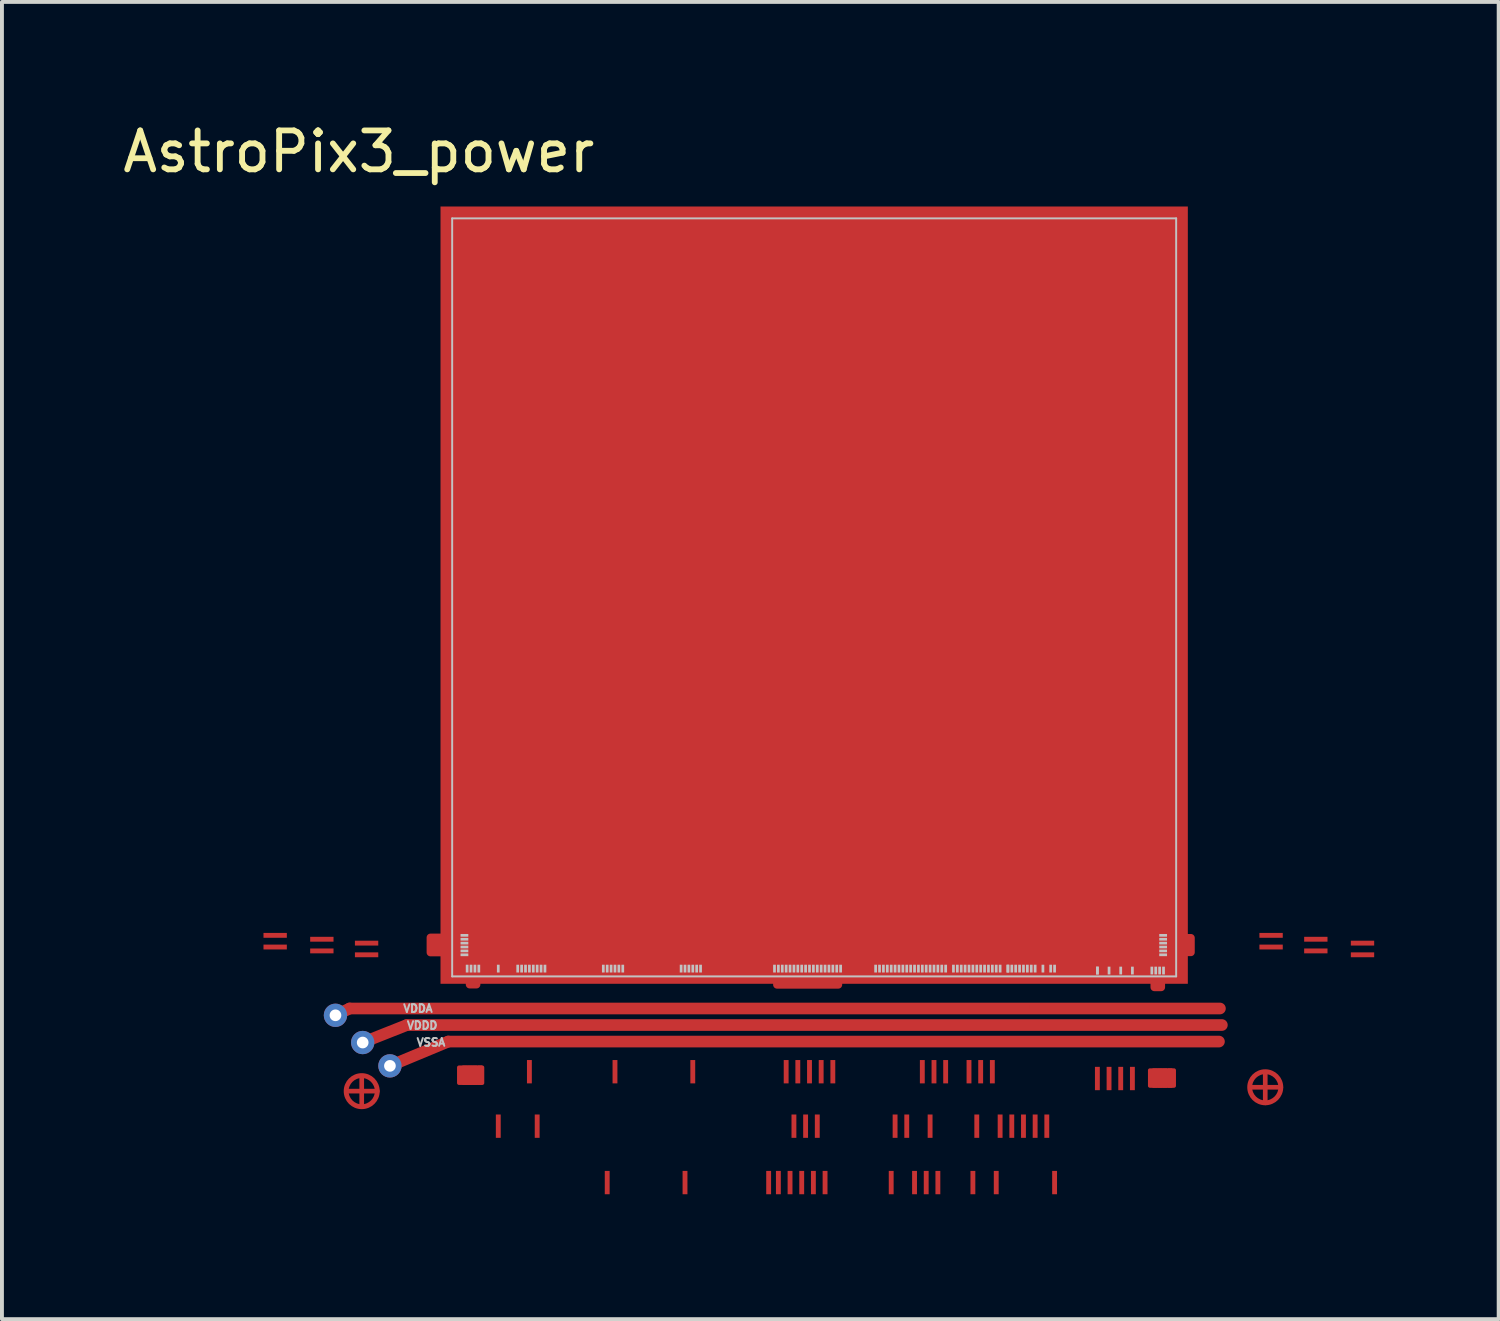
<source format=kicad_pcb>
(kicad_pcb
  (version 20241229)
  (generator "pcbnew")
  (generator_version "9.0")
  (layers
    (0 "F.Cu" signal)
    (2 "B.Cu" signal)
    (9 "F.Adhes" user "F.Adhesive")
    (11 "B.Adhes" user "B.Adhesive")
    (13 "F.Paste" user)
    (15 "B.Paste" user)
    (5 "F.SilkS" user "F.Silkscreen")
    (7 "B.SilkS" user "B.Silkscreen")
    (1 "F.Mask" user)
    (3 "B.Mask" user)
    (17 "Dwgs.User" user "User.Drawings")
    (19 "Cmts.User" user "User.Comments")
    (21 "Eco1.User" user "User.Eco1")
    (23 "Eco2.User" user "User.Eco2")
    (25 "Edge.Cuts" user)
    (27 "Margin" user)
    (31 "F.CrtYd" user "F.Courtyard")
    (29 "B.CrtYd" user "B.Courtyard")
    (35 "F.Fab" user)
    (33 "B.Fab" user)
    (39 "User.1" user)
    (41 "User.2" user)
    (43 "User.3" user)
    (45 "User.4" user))
  (footprint "AstroPix3_power"
    (layer "F.Cu")
    (at 8.573 22.048)
    (property "Reference" "AstroPix3_power" (at -2.4 -21.2 0) (layer "F.SilkS") (effects (font (size 1 1) (thickness 0.15))))
    (attr smd)
    (fp_line (start -3 1) (end -2.635 0.825) (stroke (width 0.3) (type solid)) (layer "F.Cu"))
    (fp_line (start -2.675 2.95) (end -1.925 2.95) (stroke (width 0.12) (type solid)) (layer "F.Cu"))
    (fp_line (start -2.635 0.825) (end 19.735 0.825) (stroke (width 0.3) (type solid)) (layer "F.Cu"))
    (fp_line (start -2.325 2.6) (end -2.325 3.35) (stroke (width 0.12) (type solid)) (layer "F.Cu"))
    (fp_line (start -2.3 1.7) (end -1.165 1.25) (stroke (width 0.3) (type solid)) (layer "F.Cu"))
    (fp_line (start -1.6 2.3) (end -0.1 1.675) (stroke (width 0.3) (type solid)) (layer "F.Cu"))
    (fp_line (start -1.165 1.25) (end 19.785 1.25) (stroke (width 0.3) (type solid)) (layer "F.Cu"))
    (fp_line (start -0.1 1.675) (end 19.71 1.675) (stroke (width 0.3) (type solid)) (layer "F.Cu"))
    (fp_line (start 20.55 2.85) (end 21.3 2.85) (stroke (width 0.12) (type solid)) (layer "F.Cu"))
    (fp_line (start 20.9 2.5) (end 20.9 3.25) (stroke (width 0.12) (type solid)) (layer "F.Cu"))
    (fp_rect (start -0.557 -1) (end -0.263 -0.615) (stroke (width 0.2) (type solid)) (fill yes) (layer "F.Cu"))
    (fp_rect (start 0.45 -0.115) (end 0.625 0.21) (stroke (width 0.2) (type solid)) (fill yes) (layer "F.Cu"))
    (fp_rect (start 8.35 -0.17) (end 9.925 0.215) (stroke (width 0.2) (type solid)) (fill yes) (layer "F.Cu"))
    (fp_rect (start 18.225 -0.105) (end 18.05 0.28) (stroke (width 0.2) (type solid)) (fill yes) (layer "F.Cu"))
    (fp_rect (start 18.988 -0.99) (end 18.262 -0.62) (stroke (width 0.2) (type solid)) (fill yes) (layer "F.Cu"))
    (fp_circle (center -2.325 2.95) (end -1.925 2.95) (stroke (width 0.125) (type solid)) (fill no) (layer "F.Cu"))
    (fp_circle (center 20.9 2.85) (end 21.3 2.85) (stroke (width 0.125) (type solid)) (fill no) (layer "F.Cu"))
    (fp_poly (pts (xy 0.775 2.74) (xy 0.175 2.74) (xy 0.175 2.34) (xy 0.775 2.34)) (stroke (width 0.1) (type solid)) (fill yes) (layer "F.Cu"))
    (fp_poly (pts (xy 18.555 2.813) (xy 17.935 2.813) (xy 17.935 2.413) (xy 18.555 2.413)) (stroke (width 0.1) (type solid)) (fill yes) (layer "F.Cu"))
    (fp_rect (start 0.95 3.35) (end 15.467 4.35) (stroke (width 0.12) (type solid)) (fill yes) (layer "F.Mask"))
    (fp_rect (start 3.754 4.75) (end 15.633 5.75) (stroke (width 0.12) (type solid)) (fill yes) (layer "F.Mask"))
    (fp_circle (center -2.325 2.95) (end -1.95 2.95) (stroke (width 0.2) (type solid)) (fill yes) (layer "F.Mask"))
    (fp_circle (center 20.9 2.85) (end 21.275 2.85) (stroke (width 0.2) (type solid)) (fill yes) (layer "F.Mask"))
    (fp_poly (pts (xy -1.8 -0.3) (xy -5 -0.3) (xy -5 -1.15) (xy -1.8 -1.15)) (stroke (width 0.1) (type solid)) (fill yes) (layer "F.Mask"))
    (fp_poly (pts (xy 19.85 2.9) (xy -1.15 2.9) (xy -1.15 -20.5) (xy 19.85 -20.5)) (stroke (width 0.1) (type solid)) (fill yes) (layer "F.Mask"))
    (fp_poly (pts (xy 23.85 -0.4) (xy 20.65 -0.4) (xy 20.65 -1.25) (xy 23.85 -1.25)) (stroke (width 0.1) (type solid)) (fill yes) (layer "F.Mask"))
    (fp_line (start 0 -19.485) (end 0 0) (stroke (width 0.05) (type solid)) (layer "Dwgs.User"))
    (fp_line (start 18.61 -19.485) (end 0 -19.485) (stroke (width 0.05) (type solid)) (layer "Dwgs.User"))
    (fp_line (start 18.61 -19.485) (end 18.61 0) (stroke (width 0.05) (type solid)) (layer "Dwgs.User"))
    (fp_line (start 18.61 0) (end 0 0) (stroke (width 0.05) (type solid)) (layer "Dwgs.User"))
    (fp_text user "VSSA" (at -0.545 1.695 0) (unlocked yes) (layer "Dwgs.User") (effects (font (size 0.2 0.2) (thickness 0.05))))
    (fp_text user "VDDD" (at -0.77 1.26 0) (unlocked yes) (layer "Dwgs.User") (effects (font (size 0.2 0.2) (thickness 0.05))))
    (fp_text user "VDDA" (at -0.88 0.825 0) (unlocked yes) (layer "Dwgs.User") (effects (font (size 0.2 0.2) (thickness 0.05))))
    (pad "" smd rect (at 0.315 -1.055 90) (size 0.07 0.2) (layers "Dwgs.User"))
    (pad "" smd rect (at 0.315 -0.955 90) (size 0.07 0.2) (layers "Dwgs.User"))
    (pad "" smd rect (at 0.315 -0.855 90) (size 0.07 0.2) (layers "Dwgs.User"))
    (pad "" smd rect (at 0.315 -0.755 90) (size 0.07 0.2) (layers "Dwgs.User"))
    (pad "" smd rect (at 0.315 -0.655 90) (size 0.07 0.2) (layers "Dwgs.User"))
    (pad "" smd rect (at 0.315 -0.555 90) (size 0.07 0.2) (layers "Dwgs.User"))
    (pad "" smd rect (at 0.385 -0.2) (size 0.07 0.2) (layers "Dwgs.User"))
    (pad "" smd rect (at 0.485 -0.2) (size 0.07 0.2) (layers "Dwgs.User"))
    (pad "" smd rect (at 0.585 -0.2) (size 0.07 0.2) (layers "Dwgs.User"))
    (pad "" smd rect (at 0.685 -0.2) (size 0.07 0.2) (layers "Dwgs.User"))
    (pad "" smd rect (at 1.185 -0.2) (size 0.07 0.2) (layers "Dwgs.User"))
    (pad "" smd rect (at 1.685 -0.2) (size 0.07 0.2) (layers "Dwgs.User"))
    (pad "" smd rect (at 1.785 -0.2) (size 0.07 0.2) (layers "Dwgs.User"))
    (pad "" smd rect (at 1.885 -0.2) (size 0.07 0.2) (layers "Dwgs.User"))
    (pad "" smd rect (at 1.985 -0.2) (size 0.07 0.2) (layers "Dwgs.User"))
    (pad "" smd rect (at 2.085 -0.2) (size 0.07 0.2) (layers "Dwgs.User"))
    (pad "" smd rect (at 2.185 -0.2) (size 0.07 0.2) (layers "Dwgs.User"))
    (pad "" smd rect (at 2.285 -0.2) (size 0.07 0.2) (layers "Dwgs.User"))
    (pad "" smd rect (at 2.385 -0.2) (size 0.07 0.2) (layers "Dwgs.User"))
    (pad "" smd rect (at 3.885 -0.2) (size 0.07 0.2) (layers "Dwgs.User"))
    (pad "" smd rect (at 3.985 -0.2) (size 0.07 0.2) (layers "Dwgs.User"))
    (pad "" smd rect (at 4.085 -0.2) (size 0.07 0.2) (layers "Dwgs.User"))
    (pad "" smd rect (at 4.185 -0.2) (size 0.07 0.2) (layers "Dwgs.User"))
    (pad "" smd rect (at 4.285 -0.2) (size 0.07 0.2) (layers "Dwgs.User"))
    (pad "" smd rect (at 4.385 -0.2) (size 0.07 0.2) (layers "Dwgs.User"))
    (pad "" smd rect (at 5.885 -0.2) (size 0.07 0.2) (layers "Dwgs.User"))
    (pad "" smd rect (at 5.985 -0.2) (size 0.07 0.2) (layers "Dwgs.User"))
    (pad "" smd rect (at 6.085 -0.2) (size 0.07 0.2) (layers "Dwgs.User"))
    (pad "" smd rect (at 6.185 -0.2) (size 0.07 0.2) (layers "Dwgs.User"))
    (pad "" smd rect (at 6.285 -0.2) (size 0.07 0.2) (layers "Dwgs.User"))
    (pad "" smd rect (at 6.385 -0.2) (size 0.07 0.2) (layers "Dwgs.User"))
    (pad "" smd rect (at 8.285 -0.2) (size 0.07 0.2) (layers "Dwgs.User"))
    (pad "" smd rect (at 8.385 -0.2) (size 0.07 0.2) (layers "Dwgs.User"))
    (pad "" smd rect (at 8.485 -0.2) (size 0.07 0.2) (layers "Dwgs.User"))
    (pad "" smd rect (at 8.585 -0.2) (size 0.07 0.2) (layers "Dwgs.User"))
    (pad "" smd rect (at 8.685 -0.2) (size 0.07 0.2) (layers "Dwgs.User"))
    (pad "" smd rect (at 8.785 -0.2) (size 0.07 0.2) (layers "Dwgs.User"))
    (pad "" smd rect (at 8.885 -0.2) (size 0.07 0.2) (layers "Dwgs.User"))
    (pad "" smd rect (at 8.985 -0.2) (size 0.07 0.2) (layers "Dwgs.User"))
    (pad "" smd rect (at 9.085 -0.2) (size 0.07 0.2) (layers "Dwgs.User"))
    (pad "" smd rect (at 9.185 -0.2) (size 0.07 0.2) (layers "Dwgs.User"))
    (pad "" smd rect (at 9.285 -0.2) (size 0.07 0.2) (layers "Dwgs.User"))
    (pad "" smd rect (at 9.385 -0.2) (size 0.07 0.2) (layers "Dwgs.User"))
    (pad "" smd rect (at 9.485 -0.2) (size 0.07 0.2) (layers "Dwgs.User"))
    (pad "" smd rect (at 9.585 -0.2) (size 0.07 0.2) (layers "Dwgs.User"))
    (pad "" smd rect (at 9.685 -0.2) (size 0.07 0.2) (layers "Dwgs.User"))
    (pad "" smd rect (at 9.785 -0.2) (size 0.07 0.2) (layers "Dwgs.User"))
    (pad "" smd rect (at 9.885 -0.2) (size 0.07 0.2) (layers "Dwgs.User"))
    (pad "" smd rect (at 9.985 -0.2) (size 0.07 0.2) (layers "Dwgs.User"))
    (pad "" smd rect (at 10.885 -0.2) (size 0.07 0.2) (layers "Dwgs.User"))
    (pad "" smd rect (at 10.985 -0.2) (size 0.07 0.2) (layers "Dwgs.User"))
    (pad "" smd rect (at 11.085 -0.2) (size 0.07 0.2) (layers "Dwgs.User"))
    (pad "" smd rect (at 11.185 -0.2) (size 0.07 0.2) (layers "Dwgs.User"))
    (pad "" smd rect (at 11.285 -0.2) (size 0.07 0.2) (layers "Dwgs.User"))
    (pad "" smd rect (at 11.385 -0.2) (size 0.07 0.2) (layers "Dwgs.User"))
    (pad "" smd rect (at 11.485 -0.2) (size 0.07 0.2) (layers "Dwgs.User"))
    (pad "" smd rect (at 11.585 -0.2) (size 0.07 0.2) (layers "Dwgs.User"))
    (pad "" smd rect (at 11.685 -0.2) (size 0.07 0.2) (layers "Dwgs.User"))
    (pad "" smd rect (at 11.785 -0.2) (size 0.07 0.2) (layers "Dwgs.User"))
    (pad "" smd rect (at 11.885 -0.2) (size 0.07 0.2) (layers "Dwgs.User"))
    (pad "" smd rect (at 11.985 -0.2) (size 0.07 0.2) (layers "Dwgs.User"))
    (pad "" smd rect (at 12.085 -0.2) (size 0.07 0.2) (layers "Dwgs.User"))
    (pad "" smd rect (at 12.185 -0.2) (size 0.07 0.2) (layers "Dwgs.User"))
    (pad "" smd rect (at 12.285 -0.2) (size 0.07 0.2) (layers "Dwgs.User"))
    (pad "" smd rect (at 12.385 -0.2) (size 0.07 0.2) (layers "Dwgs.User"))
    (pad "" smd rect (at 12.485 -0.2) (size 0.07 0.2) (layers "Dwgs.User"))
    (pad "" smd rect (at 12.585 -0.2) (size 0.07 0.2) (layers "Dwgs.User"))
    (pad "" smd rect (at 12.685 -0.2) (size 0.07 0.2) (layers "Dwgs.User"))
    (pad "" smd rect (at 12.885 -0.2) (size 0.07 0.2) (layers "Dwgs.User"))
    (pad "" smd rect (at 12.985 -0.2) (size 0.07 0.2) (layers "Dwgs.User"))
    (pad "" smd rect (at 13.085 -0.2) (size 0.07 0.2) (layers "Dwgs.User"))
    (pad "" smd rect (at 13.185 -0.2) (size 0.07 0.2) (layers "Dwgs.User"))
    (pad "" smd rect (at 13.285 -0.2) (size 0.07 0.2) (layers "Dwgs.User"))
    (pad "" smd rect (at 13.385 -0.2) (size 0.07 0.2) (layers "Dwgs.User"))
    (pad "" smd rect (at 13.485 -0.2) (size 0.07 0.2) (layers "Dwgs.User"))
    (pad "" smd rect (at 13.585 -0.2) (size 0.07 0.2) (layers "Dwgs.User"))
    (pad "" smd rect (at 13.685 -0.2) (size 0.07 0.2) (layers "Dwgs.User"))
    (pad "" smd rect (at 13.785 -0.2) (size 0.07 0.2) (layers "Dwgs.User"))
    (pad "" smd rect (at 13.885 -0.2) (size 0.07 0.2) (layers "Dwgs.User"))
    (pad "" smd rect (at 13.985 -0.2) (size 0.07 0.2) (layers "Dwgs.User"))
    (pad "" smd rect (at 14.085 -0.2) (size 0.07 0.2) (layers "Dwgs.User"))
    (pad "" smd rect (at 14.285 -0.2) (size 0.07 0.2) (layers "Dwgs.User"))
    (pad "" smd rect (at 14.285 -0.2) (size 0.07 0.2) (layers "Dwgs.User"))
    (pad "" smd rect (at 14.385 -0.2) (size 0.07 0.2) (layers "Dwgs.User"))
    (pad "" smd rect (at 14.485 -0.2) (size 0.07 0.2) (layers "Dwgs.User"))
    (pad "" smd rect (at 14.585 -0.2) (size 0.07 0.2) (layers "Dwgs.User"))
    (pad "" smd rect (at 14.685 -0.2) (size 0.07 0.2) (layers "Dwgs.User"))
    (pad "" smd rect (at 14.785 -0.2) (size 0.07 0.2) (layers "Dwgs.User"))
    (pad "" smd rect (at 14.885 -0.2) (size 0.07 0.2) (layers "Dwgs.User"))
    (pad "" smd rect (at 14.985 -0.2) (size 0.07 0.2) (layers "Dwgs.User"))
    (pad "" smd rect (at 15.185 -0.2) (size 0.07 0.2) (layers "Dwgs.User"))
    (pad "" smd rect (at 15.385 -0.2) (size 0.07 0.2) (layers "Dwgs.User"))
    (pad "" smd rect (at 15.485 -0.2) (size 0.07 0.2) (layers "Dwgs.User"))
    (pad "" smd rect (at 16.585 -0.15) (size 0.07 0.2) (layers "Dwgs.User"))
    (pad "" smd rect (at 16.585 -0.15) (size 0.07 0.2) (layers "Dwgs.User"))
    (pad "" smd rect (at 16.885 -0.15) (size 0.07 0.2) (layers "Dwgs.User"))
    (pad "" smd rect (at 17.185 -0.15) (size 0.07 0.2) (layers "Dwgs.User"))
    (pad "" smd rect (at 17.485 -0.15) (size 0.07 0.2) (layers "Dwgs.User"))
    (pad "" smd rect (at 17.985 -0.15) (size 0.07 0.2) (layers "Dwgs.User"))
    (pad "" smd rect (at 18.085 -0.15) (size 0.07 0.2) (layers "Dwgs.User"))
    (pad "" smd rect (at 18.185 -0.15) (size 0.07 0.2) (layers "Dwgs.User"))
    (pad "" smd rect (at 18.275 -1.055 90) (size 0.07 0.2) (layers "Dwgs.User"))
    (pad "" smd rect (at 18.275 -0.955 90) (size 0.07 0.2) (layers "Dwgs.User"))
    (pad "" smd rect (at 18.275 -0.855 90) (size 0.07 0.2) (layers "Dwgs.User"))
    (pad "" smd rect (at 18.275 -0.755 90) (size 0.07 0.2) (layers "Dwgs.User"))
    (pad "" smd rect (at 18.275 -0.655 90) (size 0.07 0.2) (layers "Dwgs.User"))
    (pad "" smd rect (at 18.275 -0.555 90) (size 0.07 0.2) (layers "Dwgs.User"))
    (pad "" smd rect (at 18.285 -0.15) (size 0.07 0.2) (layers "Dwgs.User"))
    (pad "B0" smd rect (at 9.305 -9.8) (size 19.21 19.98) (layers "F.Cu" "F.Mask" "F.Paste"))
    (pad "B1" smd rect (at 0.325 2.54) (size 0.125 0.5) (layers "F.Cu" "F.Mask" "F.Paste"))
    (pad "B2" smd rect (at 0.45 2.54) (size 0.125 0.5) (layers "F.Cu" "F.Mask" "F.Paste"))
    (pad "B3" smd rect (at 0.575 2.54) (size 0.125 0.5) (layers "F.Cu" "F.Mask" "F.Paste"))
    (pad "B4" smd rect (at 0.71 2.54) (size 0.125 0.5) (layers "F.Cu" "F.Mask" "F.Paste"))
    (pad "B5" smd rect (at 1.185 3.85) (size 0.125 0.6) (layers "F.Cu" "F.Mask" "F.Paste"))
    (pad "B6" smd rect (at 1.685 1.6) (size 0.1 0.1) (layers "F.Cu" "F.Mask" "F.Paste"))
    (pad "B7" smd rect (at 1.785 1.6) (size 0.1 0.1) (layers "F.Cu" "F.Mask" "F.Paste"))
    (pad "B8" smd rect (at 1.885 0.8) (size 0.1 0.1) (layers "F.Cu" "F.Mask" "F.Paste"))
    (pad "B9" smd rect (at 1.985 2.45) (size 0.125 0.6) (layers "F.Cu" "F.Mask" "F.Paste"))
    (pad "B10" smd rect (at 2.085 0.8) (size 0.1 0.1) (layers "F.Cu" "F.Mask" "F.Paste"))
    (pad "B11" smd rect (at 2.185 3.85) (size 0.125 0.6) (layers "F.Cu" "F.Mask" "F.Paste"))
    (pad "B12" smd rect (at 2.285 1.6) (size 0.1 0.1) (layers "F.Cu" "F.Mask" "F.Paste"))
    (pad "B13" smd rect (at 2.385 1.6) (size 0.1 0.1) (layers "F.Cu" "F.Mask" "F.Paste"))
    (pad "B14" smd rect (at 3.885 0.8) (size 0.1 0.1) (layers "F.Cu" "F.Mask" "F.Paste"))
    (pad "B15" smd rect (at 3.985 5.3) (size 0.125 0.6) (layers "F.Cu" "F.Mask" "F.Paste"))
    (pad "B16" smd rect (at 4.085 0.8) (size 0.1 0.1) (layers "F.Cu" "F.Mask" "F.Paste"))
    (pad "B17" smd rect (at 4.185 2.45) (size 0.125 0.6) (layers "F.Cu" "F.Mask" "F.Paste"))
    (pad "B18" smd rect (at 4.285 1.6) (size 0.1 0.1) (layers "F.Cu" "F.Mask" "F.Paste"))
    (pad "B19" smd rect (at 4.385 1.6) (size 0.1 0.1) (layers "F.Cu" "F.Mask" "F.Paste"))
    (pad "B20" smd rect (at 5.885 0.8) (size 0.1 0.1) (layers "F.Cu" "F.Mask" "F.Paste"))
    (pad "B21" smd rect (at 5.985 5.3) (size 0.125 0.6) (layers "F.Cu" "F.Mask" "F.Paste"))
    (pad "B22" smd rect (at 6.085 0.8) (size 0.1 0.1) (layers "F.Cu" "F.Mask" "F.Paste"))
    (pad "B23" smd rect (at 6.185 2.45) (size 0.125 0.6) (layers "F.Cu" "F.Mask" "F.Paste"))
    (pad "B24" smd rect (at 6.285 1.6) (size 0.1 0.1) (layers "F.Cu" "F.Mask" "F.Paste"))
    (pad "B25" smd rect (at 6.385 1.6) (size 0.1 0.1) (layers "F.Cu" "F.Mask" "F.Paste"))
    (pad "B26" smd rect (at 8.135 5.3) (size 0.125 0.6) (layers "F.Cu" "F.Mask" "F.Paste"))
    (pad "B27" smd rect (at 8.385 5.3) (size 0.125 0.6) (layers "F.Cu" "F.Mask" "F.Paste"))
    (pad "B28" smd rect (at 8.485 1.2) (size 0.1 0.1) (layers "F.Cu" "F.Mask" "F.Paste"))
    (pad "B29" smd rect (at 8.585 2.45) (size 0.125 0.6) (layers "F.Cu" "F.Mask" "F.Paste"))
    (pad "B30" smd rect (at 8.685 5.3) (size 0.125 0.6) (layers "F.Cu" "F.Mask" "F.Paste"))
    (pad "B31" smd rect (at 8.785 3.85) (size 0.125 0.6) (layers "F.Cu" "F.Mask" "F.Paste"))
    (pad "B32" smd rect (at 8.885 2.45) (size 0.125 0.6) (layers "F.Cu" "F.Mask" "F.Paste"))
    (pad "B33" smd rect (at 8.985 5.3) (size 0.125 0.6) (layers "F.Cu" "F.Mask" "F.Paste"))
    (pad "B34" smd rect (at 9.085 3.85) (size 0.125 0.6) (layers "F.Cu" "F.Mask" "F.Paste"))
    (pad "B35" smd rect (at 9.185 2.45) (size 0.125 0.6) (layers "F.Cu" "F.Mask" "F.Paste"))
    (pad "B36" smd rect (at 9.285 5.3) (size 0.125 0.6) (layers "F.Cu" "F.Mask" "F.Paste"))
    (pad "B37" smd rect (at 9.385 3.85) (size 0.125 0.6) (layers "F.Cu" "F.Mask" "F.Paste"))
    (pad "B38" smd rect (at 9.485 2.45) (size 0.125 0.6) (layers "F.Cu" "F.Mask" "F.Paste"))
    (pad "B39" smd rect (at 9.585 5.3) (size 0.125 0.6) (layers "F.Cu" "F.Mask" "F.Paste"))
    (pad "B40" smd rect (at 9.685 1.2) (size 0.1 0.1) (layers "F.Cu" "F.Mask" "F.Paste"))
    (pad "B41" smd rect (at 9.785 2.45) (size 0.125 0.6) (layers "F.Cu" "F.Mask" "F.Paste"))
    (pad "B44" smd rect (at 10.885 1.6) (size 0.1 0.1) (layers "F.Cu" "F.Mask" "F.Paste"))
    (pad "B45" smd rect (at 10.985 1.6) (size 0.1 0.1) (layers "F.Cu" "F.Mask" "F.Paste"))
    (pad "B46" smd rect (at 11.085 0.8) (size 0.1 0.1) (layers "F.Cu" "F.Mask" "F.Paste"))
    (pad "B47" smd rect (at 11.185 0.8) (size 0.1 0.1) (layers "F.Cu" "F.Mask" "F.Paste"))
    (pad "B48" smd rect (at 11.285 5.3) (size 0.125 0.6) (layers "F.Cu" "F.Mask" "F.Paste"))
    (pad "B49" smd rect (at 11.385 3.85) (size 0.125 0.6) (layers "F.Cu" "F.Mask" "F.Paste"))
    (pad "B52" smd rect (at 11.685 3.85) (size 0.125 0.6) (layers "F.Cu" "F.Mask" "F.Paste"))
    (pad "B54" smd rect (at 11.885 5.3) (size 0.125 0.6) (layers "F.Cu" "F.Mask" "F.Paste"))
    (pad "B55" smd rect (at 11.985 0.8) (size 0.1 0.1) (layers "F.Cu" "F.Mask" "F.Paste"))
    (pad "B56" smd rect (at 12.085 2.45) (size 0.125 0.6) (layers "F.Cu" "F.Mask" "F.Paste"))
    (pad "B57" smd rect (at 12.185 5.3) (size 0.125 0.6) (layers "F.Cu" "F.Mask" "F.Paste"))
    (pad "B58" smd rect (at 12.285 3.85) (size 0.125 0.6) (layers "F.Cu" "F.Mask" "F.Paste"))
    (pad "B59" smd rect (at 12.385 2.45) (size 0.125 0.6) (layers "F.Cu" "F.Mask" "F.Paste"))
    (pad "B60" smd rect (at 12.485 5.3) (size 0.125 0.6) (layers "F.Cu" "F.Mask" "F.Paste"))
    (pad "B61" smd rect (at 12.585 0.8) (size 0.1 0.1) (layers "F.Cu" "F.Mask" "F.Paste"))
    (pad "B62" smd rect (at 12.685 2.45) (size 0.125 0.6) (layers "F.Cu" "F.Mask" "F.Paste"))
    (pad "B65" smd rect (at 13.085 1.6) (size 0.1 0.1) (layers "F.Cu" "F.Mask" "F.Paste"))
    (pad "B66" smd rect (at 13.185 0.8) (size 0.1 0.1) (layers "F.Cu" "F.Mask" "F.Paste"))
    (pad "B67" smd rect (at 13.285 2.45) (size 0.125 0.6) (layers "F.Cu" "F.Mask" "F.Paste"))
    (pad "B68" smd rect (at 13.385 5.3) (size 0.125 0.6) (layers "F.Cu" "F.Mask" "F.Paste"))
    (pad "B69" smd rect (at 13.485 3.85) (size 0.125 0.6) (layers "F.Cu" "F.Mask" "F.Paste"))
    (pad "B70" smd rect (at 13.585 2.45) (size 0.125 0.6) (layers "F.Cu" "F.Mask" "F.Paste"))
    (pad "B72" smd rect (at 13.785 0.8) (size 0.1 0.1) (layers "F.Cu" "F.Mask" "F.Paste"))
    (pad "B73" smd rect (at 13.885 2.45) (size 0.125 0.6) (layers "F.Cu" "F.Mask" "F.Paste"))
    (pad "B74" smd rect (at 13.985 5.3) (size 0.125 0.6) (layers "F.Cu" "F.Mask" "F.Paste"))
    (pad "B75" smd rect (at 14.085 3.85) (size 0.125 0.6) (layers "F.Cu" "F.Mask" "F.Paste"))
    (pad "B77" smd rect (at 14.385 3.85) (size 0.125 0.6) (layers "F.Cu" "F.Mask" "F.Paste"))
    (pad "B78" smd rect (at 14.485 1.6) (size 0.1 0.1) (layers "F.Cu" "F.Mask" "F.Paste"))
    (pad "B79" smd rect (at 14.585 0.8) (size 0.1 0.1) (layers "F.Cu" "F.Mask" "F.Paste"))
    (pad "B80" smd rect (at 14.685 3.85) (size 0.125 0.6) (layers "F.Cu" "F.Mask" "F.Paste"))
    (pad "B81" smd rect (at 14.785 1.6) (size 0.1 0.1) (layers "F.Cu" "F.Mask" "F.Paste"))
    (pad "B82" smd rect (at 14.885 0.8) (size 0.1 0.1) (layers "F.Cu" "F.Mask" "F.Paste"))
    (pad "B83" smd rect (at 14.985 3.85) (size 0.125 0.6) (layers "F.Cu" "F.Mask" "F.Paste"))
    (pad "B84" smd rect (at 15.285 3.85) (size 0.125 0.6) (layers "F.Cu" "F.Mask" "F.Paste"))
    (pad "B85" smd rect (at 15.385 1.2) (size 0.1 0.1) (layers "F.Cu" "F.Mask" "F.Paste"))
    (pad "B86" smd rect (at 15.485 5.3) (size 0.125 0.6) (layers "F.Cu" "F.Mask" "F.Paste"))
    (pad "B87" smd rect (at 16.585 2.625) (size 0.125 0.6) (layers "F.Cu" "F.Mask" "F.Paste"))
    (pad "B88" smd rect (at 16.885 2.625) (size 0.125 0.6) (layers "F.Cu" "F.Mask" "F.Paste"))
    (pad "B89" smd rect (at 17.185 2.625) (size 0.125 0.6) (layers "F.Cu" "F.Mask" "F.Paste"))
    (pad "B90" smd rect (at 17.485 2.625) (size 0.125 0.6) (layers "F.Cu" "F.Mask" "F.Paste"))
    (pad "B91" smd rect (at 18.065 2.613) (size 0.125 0.5) (layers "F.Cu" "F.Mask" "F.Paste"))
    (pad "B92" smd rect (at 18.19 2.613) (size 0.125 0.5) (layers "F.Cu" "F.Mask" "F.Paste"))
    (pad "B93" smd rect (at 18.315 2.613) (size 0.125 0.5) (layers "F.Cu" "F.Mask" "F.Paste"))
    (pad "B94" smd rect (at 18.45 2.613) (size 0.125 0.5) (layers "F.Cu" "F.Mask" "F.Paste"))
    (pad "L1" smd rect (at -4.55 -1.055 270) (size 0.125 0.6) (layers "F.Cu" "F.Mask" "F.Paste"))
    (pad "L2" smd rect (at -3.35 -0.955 270) (size 0.125 0.6) (layers "F.Cu" "F.Mask" "F.Paste"))
    (pad "L3" smd rect (at -2.2 -0.855 270) (size 0.125 0.6) (layers "F.Cu" "F.Mask" "F.Paste"))
    (pad "L4" smd rect (at -4.55 -0.755 270) (size 0.125 0.6) (layers "F.Cu" "F.Mask" "F.Paste"))
    (pad "L5" smd rect (at -3.35 -0.655 270) (size 0.125 0.6) (layers "F.Cu" "F.Mask" "F.Paste"))
    (pad "L6" smd rect (at -2.2 -0.555 270) (size 0.125 0.6) (layers "F.Cu" "F.Mask" "F.Paste"))
    (pad "R1" smd rect (at 23.4 -0.555 90) (size 0.125 0.6) (layers "F.Cu" "F.Mask" "F.Paste"))
    (pad "R2" smd rect (at 22.2 -0.655 90) (size 0.125 0.6) (layers "F.Cu" "F.Mask" "F.Paste"))
    (pad "R3" smd rect (at 21.05 -0.755 90) (size 0.125 0.6) (layers "F.Cu" "F.Mask" "F.Paste"))
    (pad "R4" smd rect (at 23.4 -0.855 90) (size 0.125 0.6) (layers "F.Cu" "F.Mask" "F.Paste"))
    (pad "R5" smd rect (at 22.2 -0.955 90) (size 0.125 0.6) (layers "F.Cu" "F.Mask" "F.Paste"))
    (pad "R6" smd rect (at 21.05 -1.055 90) (size 0.125 0.6) (layers "F.Cu" "F.Mask" "F.Paste"))
    (pad "VDDA_Ring" thru_hole circle (at -3 1) (size 0.6 0.6) (drill 0.3) (layers "*.Cu" "*.Mask"))
    (pad "VDDD_Ring" thru_hole circle (at -2.3 1.7) (size 0.6 0.6) (drill 0.3) (layers "*.Cu" "*.Mask"))
    (pad "VSSA_Ring" thru_hole circle (at -1.6 2.3) (size 0.6 0.6) (drill 0.3) (layers "*.Cu" "*.Mask")))
  (gr_rect
    (start -3 -3)
    (end 35.473 30.858)
    (stroke (width 0.1) (type default))
    (fill no)
    (layer "Edge.Cuts")))
</source>
